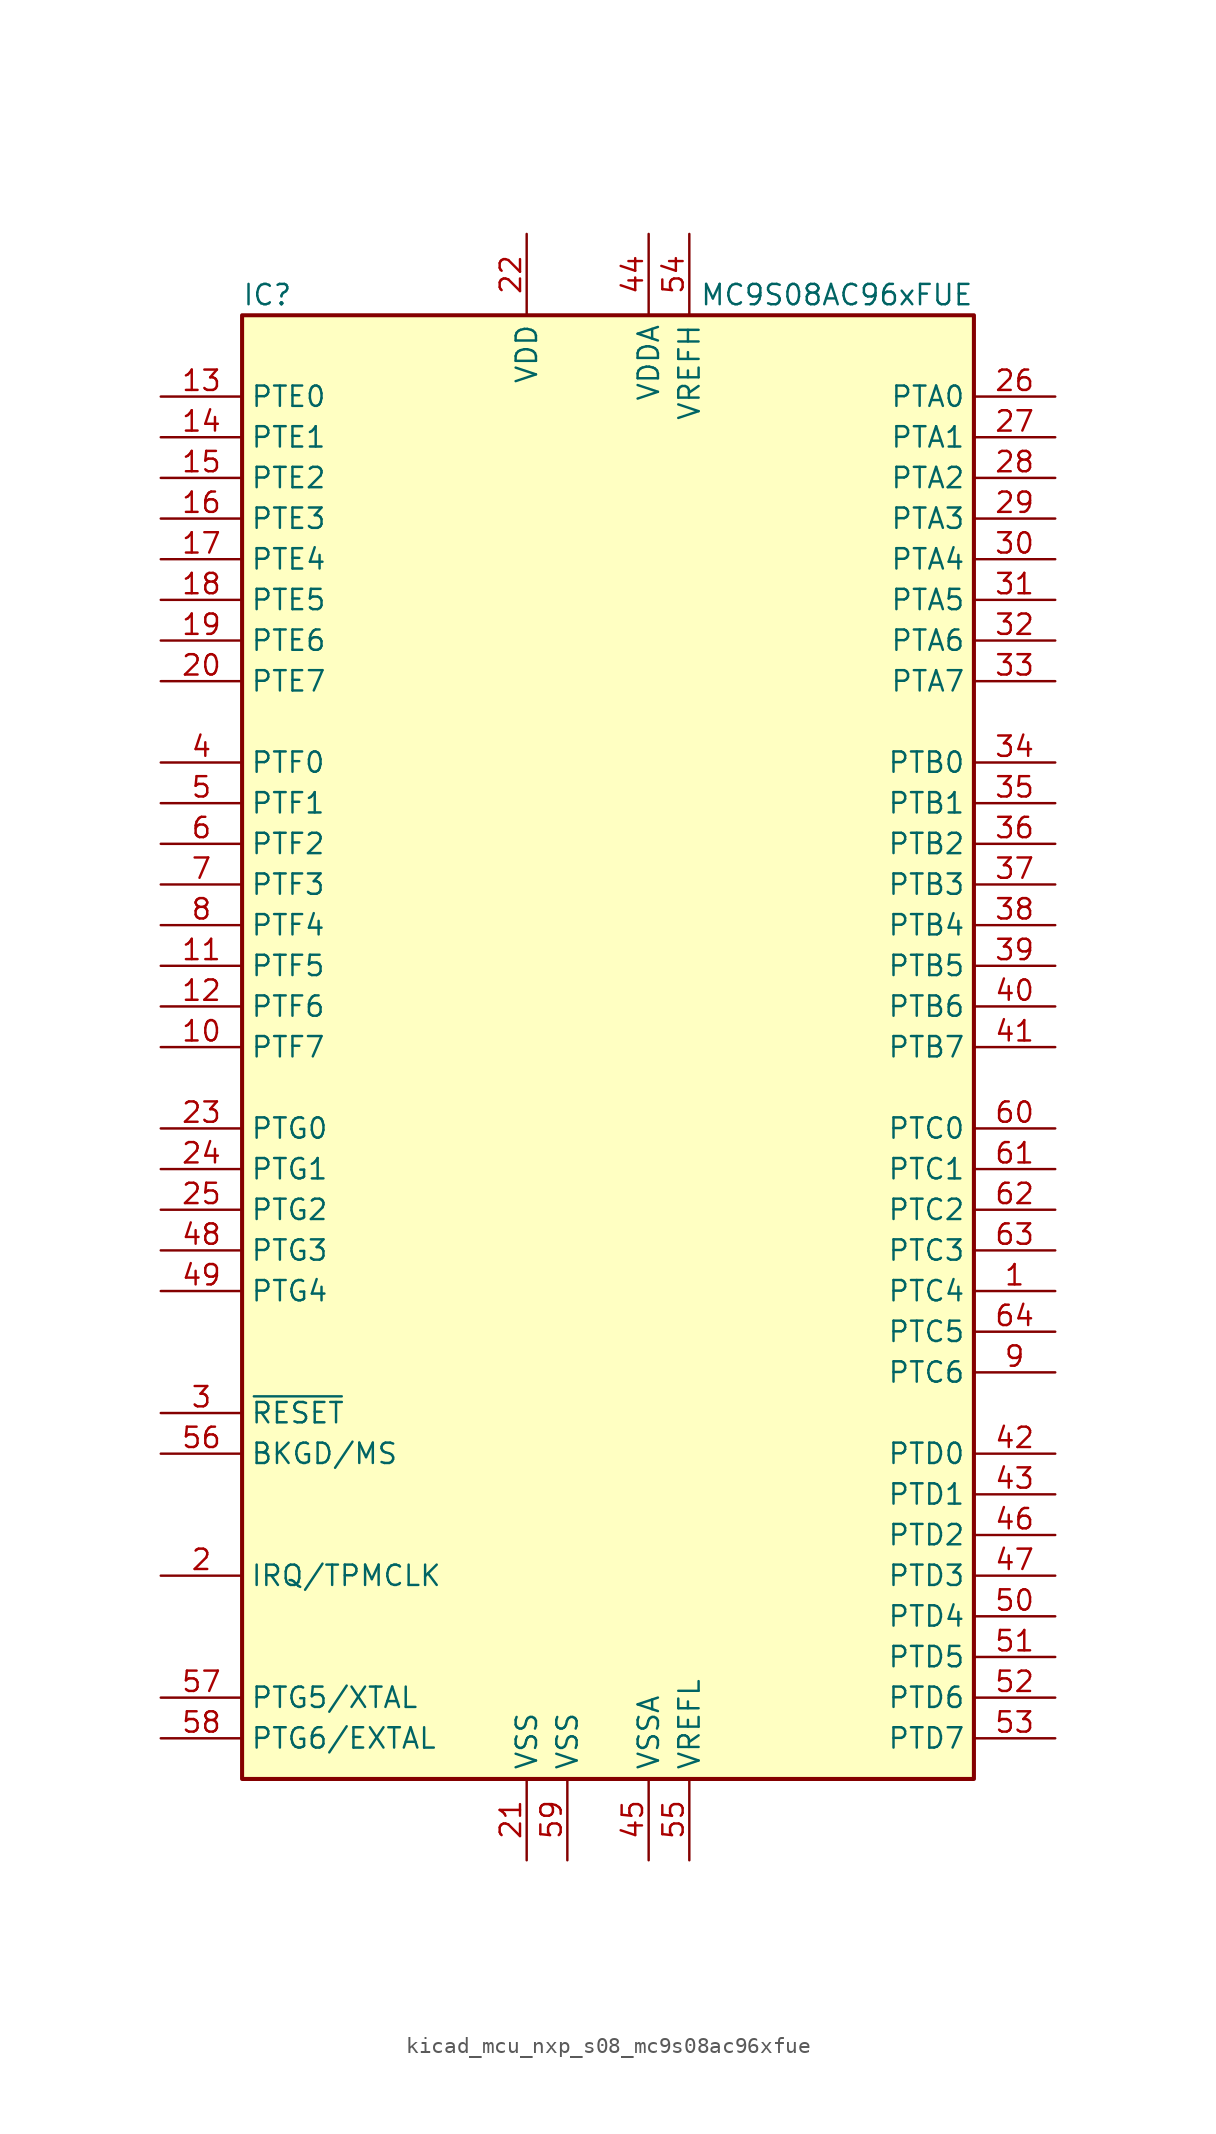
<source format=kicad_sym>
(kicad_symbol_lib
  (version 20220914)
  (generator kicad_symbol_editor)
  (symbol "kicad_mcu_nxp_s08_mc9s08ac96xfue"
    (property "Reference" "IC"
      (at -22.86 46.99 0)
      (effects (font (size 1.27 1.27)) (justify left)))
    (property "Value" "MC9S08AC96xFUE"
      (at 22.86 46.99 0)
      (effects (font (size 1.27 1.27)) (justify right)))
    (symbol "kicad_mcu_nxp_s08_mc9s08ac96xfue_0_1"
      (rectangle (start -22.86 45.72) (end 22.86 -45.72) (stroke (width 0.254) (type default)) (fill (type background))))
    (symbol "kicad_mcu_nxp_s08_mc9s08ac96xfue_1_1"
      (pin bidirectional line (at 27.94 -15.24 180) (length 5.08) (name "PTC4" (effects (font (size 1.27 1.27)))) (number "1" (effects (font (size 1.27 1.27)))))
      (pin bidirectional line (at -27.94 0 0) (length 5.08) (name "PTF7" (effects (font (size 1.27 1.27)))) (number "10" (effects (font (size 1.27 1.27)))))
      (pin bidirectional line (at -27.94 5.08 0) (length 5.08) (name "PTF5" (effects (font (size 1.27 1.27)))) (number "11" (effects (font (size 1.27 1.27)))))
      (pin bidirectional line (at -27.94 2.54 0) (length 5.08) (name "PTF6" (effects (font (size 1.27 1.27)))) (number "12" (effects (font (size 1.27 1.27)))))
      (pin bidirectional line (at -27.94 40.64 0) (length 5.08) (name "PTE0" (effects (font (size 1.27 1.27)))) (number "13" (effects (font (size 1.27 1.27)))))
      (pin bidirectional line (at -27.94 38.1 0) (length 5.08) (name "PTE1" (effects (font (size 1.27 1.27)))) (number "14" (effects (font (size 1.27 1.27)))))
      (pin bidirectional line (at -27.94 35.56 0) (length 5.08) (name "PTE2" (effects (font (size 1.27 1.27)))) (number "15" (effects (font (size 1.27 1.27)))))
      (pin bidirectional line (at -27.94 33.02 0) (length 5.08) (name "PTE3" (effects (font (size 1.27 1.27)))) (number "16" (effects (font (size 1.27 1.27)))))
      (pin bidirectional line (at -27.94 30.48 0) (length 5.08) (name "PTE4" (effects (font (size 1.27 1.27)))) (number "17" (effects (font (size 1.27 1.27)))))
      (pin bidirectional line (at -27.94 27.94 0) (length 5.08) (name "PTE5" (effects (font (size 1.27 1.27)))) (number "18" (effects (font (size 1.27 1.27)))))
      (pin bidirectional line (at -27.94 25.4 0) (length 5.08) (name "PTE6" (effects (font (size 1.27 1.27)))) (number "19" (effects (font (size 1.27 1.27)))))
      (pin input line (at -27.94 -33.02 0) (length 5.08) (name "IRQ/TPMCLK" (effects (font (size 1.27 1.27)))) (number "2" (effects (font (size 1.27 1.27)))))
      (pin bidirectional line (at -27.94 22.86 0) (length 5.08) (name "PTE7" (effects (font (size 1.27 1.27)))) (number "20" (effects (font (size 1.27 1.27)))))
      (pin power_in line (at -5.08 -50.8 90) (length 5.08) (name "VSS" (effects (font (size 1.27 1.27)))) (number "21" (effects (font (size 1.27 1.27)))))
      (pin power_in line (at -5.08 50.8 270) (length 5.08) (name "VDD" (effects (font (size 1.27 1.27)))) (number "22" (effects (font (size 1.27 1.27)))))
      (pin bidirectional line (at -27.94 -5.08 0) (length 5.08) (name "PTG0" (effects (font (size 1.27 1.27)))) (number "23" (effects (font (size 1.27 1.27)))))
      (pin bidirectional line (at -27.94 -7.62 0) (length 5.08) (name "PTG1" (effects (font (size 1.27 1.27)))) (number "24" (effects (font (size 1.27 1.27)))))
      (pin bidirectional line (at -27.94 -10.16 0) (length 5.08) (name "PTG2" (effects (font (size 1.27 1.27)))) (number "25" (effects (font (size 1.27 1.27)))))
      (pin bidirectional line (at 27.94 40.64 180) (length 5.08) (name "PTA0" (effects (font (size 1.27 1.27)))) (number "26" (effects (font (size 1.27 1.27)))))
      (pin bidirectional line (at 27.94 38.1 180) (length 5.08) (name "PTA1" (effects (font (size 1.27 1.27)))) (number "27" (effects (font (size 1.27 1.27)))))
      (pin bidirectional line (at 27.94 35.56 180) (length 5.08) (name "PTA2" (effects (font (size 1.27 1.27)))) (number "28" (effects (font (size 1.27 1.27)))))
      (pin bidirectional line (at 27.94 33.02 180) (length 5.08) (name "PTA3" (effects (font (size 1.27 1.27)))) (number "29" (effects (font (size 1.27 1.27)))))
      (pin input line (at -27.94 -22.86 0) (length 5.08) (name "~{RESET}" (effects (font (size 1.27 1.27)))) (number "3" (effects (font (size 1.27 1.27)))))
      (pin bidirectional line (at 27.94 30.48 180) (length 5.08) (name "PTA4" (effects (font (size 1.27 1.27)))) (number "30" (effects (font (size 1.27 1.27)))))
      (pin bidirectional line (at 27.94 27.94 180) (length 5.08) (name "PTA5" (effects (font (size 1.27 1.27)))) (number "31" (effects (font (size 1.27 1.27)))))
      (pin bidirectional line (at 27.94 25.4 180) (length 5.08) (name "PTA6" (effects (font (size 1.27 1.27)))) (number "32" (effects (font (size 1.27 1.27)))))
      (pin bidirectional line (at 27.94 22.86 180) (length 5.08) (name "PTA7" (effects (font (size 1.27 1.27)))) (number "33" (effects (font (size 1.27 1.27)))))
      (pin bidirectional line (at 27.94 17.78 180) (length 5.08) (name "PTB0" (effects (font (size 1.27 1.27)))) (number "34" (effects (font (size 1.27 1.27)))))
      (pin bidirectional line (at 27.94 15.24 180) (length 5.08) (name "PTB1" (effects (font (size 1.27 1.27)))) (number "35" (effects (font (size 1.27 1.27)))))
      (pin bidirectional line (at 27.94 12.7 180) (length 5.08) (name "PTB2" (effects (font (size 1.27 1.27)))) (number "36" (effects (font (size 1.27 1.27)))))
      (pin bidirectional line (at 27.94 10.16 180) (length 5.08) (name "PTB3" (effects (font (size 1.27 1.27)))) (number "37" (effects (font (size 1.27 1.27)))))
      (pin bidirectional line (at 27.94 7.62 180) (length 5.08) (name "PTB4" (effects (font (size 1.27 1.27)))) (number "38" (effects (font (size 1.27 1.27)))))
      (pin bidirectional line (at 27.94 5.08 180) (length 5.08) (name "PTB5" (effects (font (size 1.27 1.27)))) (number "39" (effects (font (size 1.27 1.27)))))
      (pin bidirectional line (at -27.94 17.78 0) (length 5.08) (name "PTF0" (effects (font (size 1.27 1.27)))) (number "4" (effects (font (size 1.27 1.27)))))
      (pin bidirectional line (at 27.94 2.54 180) (length 5.08) (name "PTB6" (effects (font (size 1.27 1.27)))) (number "40" (effects (font (size 1.27 1.27)))))
      (pin bidirectional line (at 27.94 0 180) (length 5.08) (name "PTB7" (effects (font (size 1.27 1.27)))) (number "41" (effects (font (size 1.27 1.27)))))
      (pin bidirectional line (at 27.94 -25.4 180) (length 5.08) (name "PTD0" (effects (font (size 1.27 1.27)))) (number "42" (effects (font (size 1.27 1.27)))))
      (pin bidirectional line (at 27.94 -27.94 180) (length 5.08) (name "PTD1" (effects (font (size 1.27 1.27)))) (number "43" (effects (font (size 1.27 1.27)))))
      (pin power_in line (at 2.54 50.8 270) (length 5.08) (name "VDDA" (effects (font (size 1.27 1.27)))) (number "44" (effects (font (size 1.27 1.27)))))
      (pin power_in line (at 2.54 -50.8 90) (length 5.08) (name "VSSA" (effects (font (size 1.27 1.27)))) (number "45" (effects (font (size 1.27 1.27)))))
      (pin bidirectional line (at 27.94 -30.48 180) (length 5.08) (name "PTD2" (effects (font (size 1.27 1.27)))) (number "46" (effects (font (size 1.27 1.27)))))
      (pin bidirectional line (at 27.94 -33.02 180) (length 5.08) (name "PTD3" (effects (font (size 1.27 1.27)))) (number "47" (effects (font (size 1.27 1.27)))))
      (pin bidirectional line (at -27.94 -12.7 0) (length 5.08) (name "PTG3" (effects (font (size 1.27 1.27)))) (number "48" (effects (font (size 1.27 1.27)))))
      (pin bidirectional line (at -27.94 -15.24 0) (length 5.08) (name "PTG4" (effects (font (size 1.27 1.27)))) (number "49" (effects (font (size 1.27 1.27)))))
      (pin bidirectional line (at -27.94 15.24 0) (length 5.08) (name "PTF1" (effects (font (size 1.27 1.27)))) (number "5" (effects (font (size 1.27 1.27)))))
      (pin bidirectional line (at 27.94 -35.56 180) (length 5.08) (name "PTD4" (effects (font (size 1.27 1.27)))) (number "50" (effects (font (size 1.27 1.27)))))
      (pin bidirectional line (at 27.94 -38.1 180) (length 5.08) (name "PTD5" (effects (font (size 1.27 1.27)))) (number "51" (effects (font (size 1.27 1.27)))))
      (pin bidirectional line (at 27.94 -40.64 180) (length 5.08) (name "PTD6" (effects (font (size 1.27 1.27)))) (number "52" (effects (font (size 1.27 1.27)))))
      (pin bidirectional line (at 27.94 -43.18 180) (length 5.08) (name "PTD7" (effects (font (size 1.27 1.27)))) (number "53" (effects (font (size 1.27 1.27)))))
      (pin power_in line (at 5.08 50.8 270) (length 5.08) (name "VREFH" (effects (font (size 1.27 1.27)))) (number "54" (effects (font (size 1.27 1.27)))))
      (pin power_in line (at 5.08 -50.8 90) (length 5.08) (name "VREFL" (effects (font (size 1.27 1.27)))) (number "55" (effects (font (size 1.27 1.27)))))
      (pin bidirectional line (at -27.94 -25.4 0) (length 5.08) (name "BKGD/MS" (effects (font (size 1.27 1.27)))) (number "56" (effects (font (size 1.27 1.27)))))
      (pin bidirectional line (at -27.94 -40.64 0) (length 5.08) (name "PTG5/XTAL" (effects (font (size 1.27 1.27)))) (number "57" (effects (font (size 1.27 1.27)))))
      (pin bidirectional line (at -27.94 -43.18 0) (length 5.08) (name "PTG6/EXTAL" (effects (font (size 1.27 1.27)))) (number "58" (effects (font (size 1.27 1.27)))))
      (pin power_in line (at -2.54 -50.8 90) (length 5.08) (name "VSS" (effects (font (size 1.27 1.27)))) (number "59" (effects (font (size 1.27 1.27)))))
      (pin bidirectional line (at -27.94 12.7 0) (length 5.08) (name "PTF2" (effects (font (size 1.27 1.27)))) (number "6" (effects (font (size 1.27 1.27)))))
      (pin bidirectional line (at 27.94 -5.08 180) (length 5.08) (name "PTC0" (effects (font (size 1.27 1.27)))) (number "60" (effects (font (size 1.27 1.27)))))
      (pin bidirectional line (at 27.94 -7.62 180) (length 5.08) (name "PTC1" (effects (font (size 1.27 1.27)))) (number "61" (effects (font (size 1.27 1.27)))))
      (pin bidirectional line (at 27.94 -10.16 180) (length 5.08) (name "PTC2" (effects (font (size 1.27 1.27)))) (number "62" (effects (font (size 1.27 1.27)))))
      (pin bidirectional line (at 27.94 -12.7 180) (length 5.08) (name "PTC3" (effects (font (size 1.27 1.27)))) (number "63" (effects (font (size 1.27 1.27)))))
      (pin bidirectional line (at 27.94 -17.78 180) (length 5.08) (name "PTC5" (effects (font (size 1.27 1.27)))) (number "64" (effects (font (size 1.27 1.27)))))
      (pin bidirectional line (at -27.94 10.16 0) (length 5.08) (name "PTF3" (effects (font (size 1.27 1.27)))) (number "7" (effects (font (size 1.27 1.27)))))
      (pin bidirectional line (at -27.94 7.62 0) (length 5.08) (name "PTF4" (effects (font (size 1.27 1.27)))) (number "8" (effects (font (size 1.27 1.27)))))
      (pin bidirectional line (at 27.94 -20.32 180) (length 5.08) (name "PTC6" (effects (font (size 1.27 1.27)))) (number "9" (effects (font (size 1.27 1.27))))))))
</source>
